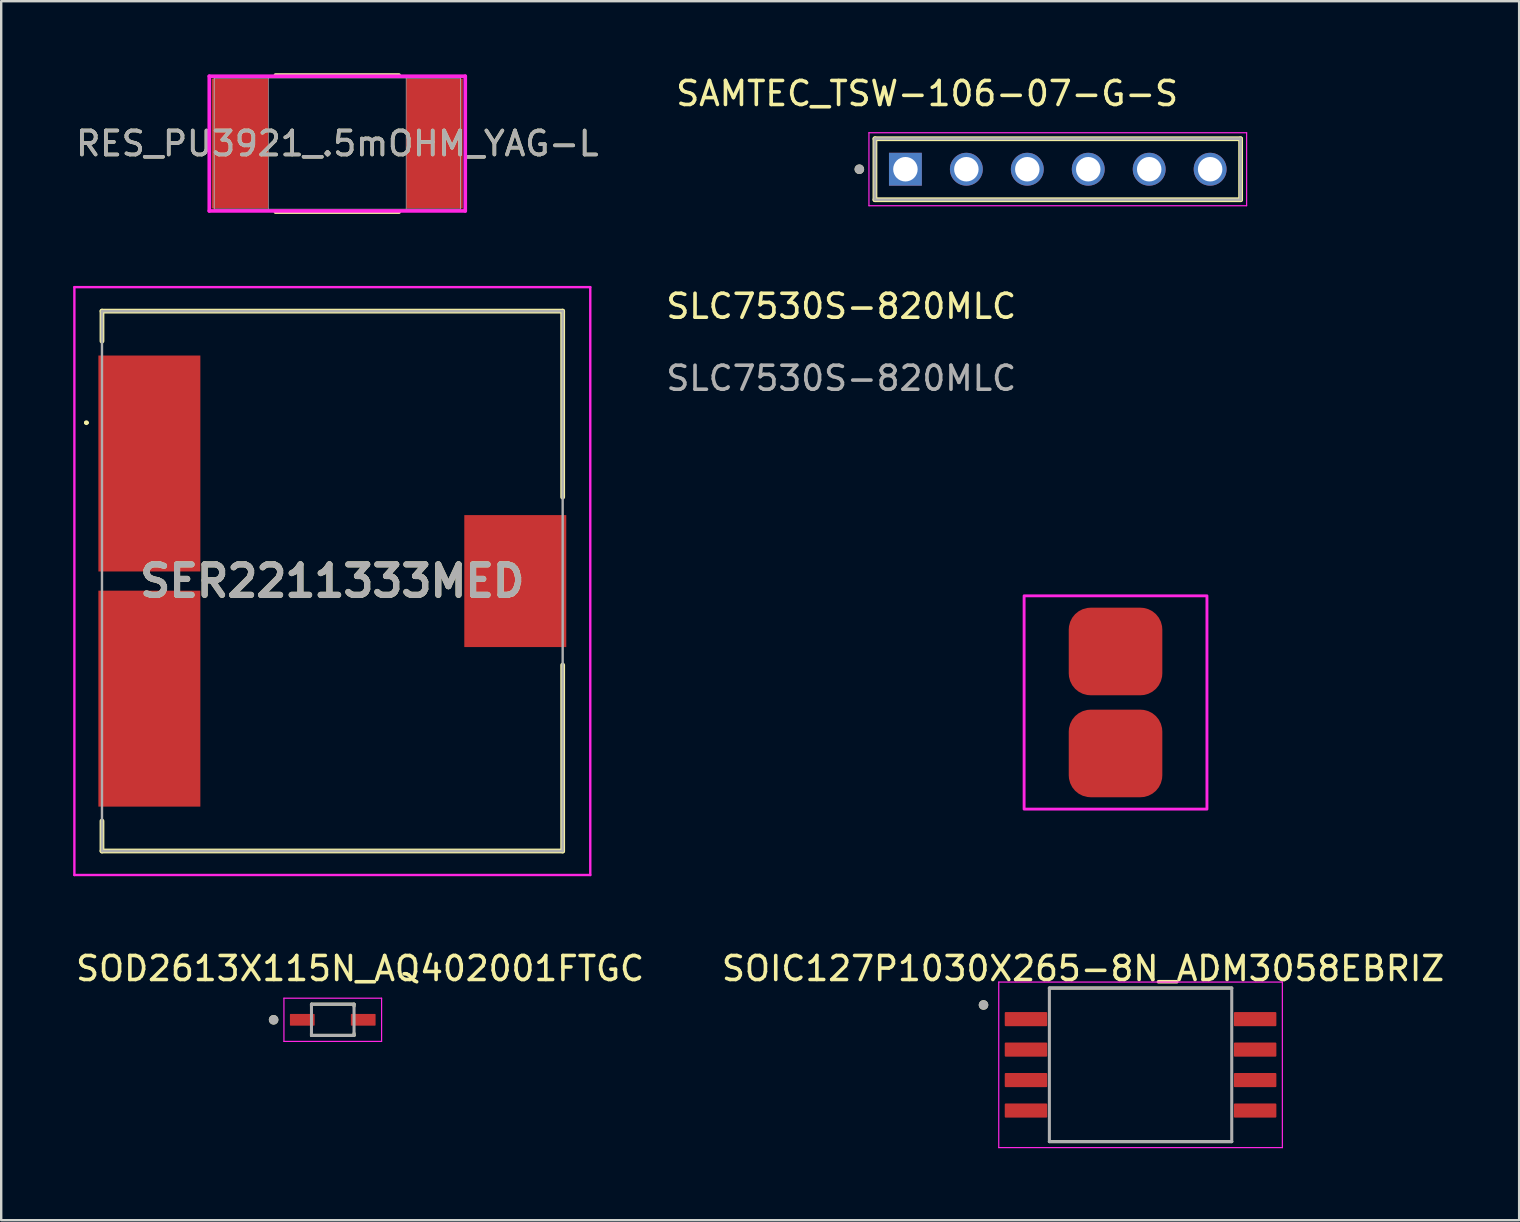
<source format=kicad_pcb>
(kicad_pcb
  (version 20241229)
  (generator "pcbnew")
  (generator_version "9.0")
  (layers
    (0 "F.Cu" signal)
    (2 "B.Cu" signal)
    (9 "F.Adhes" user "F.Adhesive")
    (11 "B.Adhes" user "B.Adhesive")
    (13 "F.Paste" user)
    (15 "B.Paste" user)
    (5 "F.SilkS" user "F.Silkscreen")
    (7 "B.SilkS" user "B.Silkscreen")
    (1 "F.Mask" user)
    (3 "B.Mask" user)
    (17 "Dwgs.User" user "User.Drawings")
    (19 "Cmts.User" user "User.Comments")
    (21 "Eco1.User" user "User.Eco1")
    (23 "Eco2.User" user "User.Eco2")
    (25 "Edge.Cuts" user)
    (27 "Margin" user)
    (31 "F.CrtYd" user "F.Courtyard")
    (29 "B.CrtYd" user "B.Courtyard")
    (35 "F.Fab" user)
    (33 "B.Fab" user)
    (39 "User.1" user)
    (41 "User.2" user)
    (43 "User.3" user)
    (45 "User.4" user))
  (footprint "SAMTEC_TSW-106-07-G-S"
    (layer "F.Cu")
    (at 41.034 4.003)
    (property "Reference" "SAMTEC_TSW-106-07-G-S" (at -5.445 -3.155 0) (layer "F.SilkS") (effects (font (size 1 1) (thickness 0.15))))
    (attr through_hole)
    (fp_line (start -7.62 1.27) (end -7.62 -1.27) (stroke (width 0.2) (type solid)) (layer "F.SilkS"))
    (fp_line (start 7.62 -1.27) (end -7.62 -1.27) (stroke (width 0.2) (type solid)) (layer "F.SilkS"))
    (fp_line (start 7.62 -1.27) (end 7.62 1.27) (stroke (width 0.2) (type solid)) (layer "F.SilkS"))
    (fp_line (start 7.62 1.27) (end -7.62 1.27) (stroke (width 0.2) (type solid)) (layer "F.SilkS"))
    (fp_circle (center -8.27 0) (end -8.17 0) (stroke (width 0.2) (type solid)) (fill no) (layer "F.SilkS"))
    (fp_line (start -7.87 -1.52) (end 7.87 -1.52) (stroke (width 0.05) (type solid)) (layer "F.CrtYd"))
    (fp_line (start -7.87 1.52) (end -7.87 -1.52) (stroke (width 0.05) (type solid)) (layer "F.CrtYd"))
    (fp_line (start 7.87 -1.52) (end 7.87 1.52) (stroke (width 0.05) (type solid)) (layer "F.CrtYd"))
    (fp_line (start 7.87 1.52) (end -7.87 1.52) (stroke (width 0.05) (type solid)) (layer "F.CrtYd"))
    (fp_line (start -7.62 -1.27) (end 7.62 -1.27) (stroke (width 0.1) (type solid)) (layer "F.Fab"))
    (fp_line (start -7.62 -1.27) (end 7.62 -1.27) (stroke (width 0.1) (type solid)) (layer "F.Fab"))
    (fp_line (start -7.62 1.27) (end -7.62 -1.27) (stroke (width 0.1) (type solid)) (layer "F.Fab"))
    (fp_line (start -7.62 1.27) (end -7.62 -1.27) (stroke (width 0.1) (type solid)) (layer "F.Fab"))
    (fp_line (start 7.62 -1.27) (end 7.62 1.27) (stroke (width 0.1) (type solid)) (layer "F.Fab"))
    (fp_line (start 7.62 -1.27) (end 7.62 1.27) (stroke (width 0.1) (type solid)) (layer "F.Fab"))
    (fp_line (start 7.62 1.27) (end -7.62 1.27) (stroke (width 0.1) (type solid)) (layer "F.Fab"))
    (fp_circle (center -8.27 0) (end -8.17 0) (stroke (width 0.2) (type solid)) (fill no) (layer "F.Fab"))
    (pad "1" thru_hole rect (at -6.35 0) (size 1.37 1.37) (drill 1.02) (layers "*.Cu" "*.Mask"))
    (pad "2" thru_hole circle (at -3.81 0) (size 1.37 1.37) (drill 1.02) (layers "*.Cu" "*.Mask"))
    (pad "3" thru_hole circle (at -1.27 0) (size 1.37 1.37) (drill 1.02) (layers "*.Cu" "*.Mask"))
    (pad "4" thru_hole circle (at 1.27 0) (size 1.37 1.37) (drill 1.02) (layers "*.Cu" "*.Mask"))
    (pad "5" thru_hole circle (at 3.81 0) (size 1.37 1.37) (drill 1.02) (layers "*.Cu" "*.Mask"))
    (pad "6" thru_hole circle (at 6.35 0) (size 1.37 1.37) (drill 1.02) (layers "*.Cu" "*.Mask")))
  (footprint "SLC7530S-820MLC"
    (layer "F.Cu")
    (at 43.441 26.226)
    (property "Reference" "SLC7530S-820MLC" (at -11.43 -16.51 0) (unlocked yes) (layer "F.SilkS") (effects (font (size 1 1) (thickness 0.15))))
    (attr smd)
    (fp_rect (start -3.81 -4.445) (end 3.81 4.445) (stroke (width 0.12) (type default)) (fill no) (layer "F.CrtYd"))
    (fp_text user "${REFERENCE}" (at -11.43 -13.51 0) (unlocked yes) (layer "F.Fab") (effects (font (size 1 1) (thickness 0.15))))
    (pad "1" smd roundrect (at 0 -2.125) (size 3.9 3.65) (layers "F.Cu" "F.Mask" "F.Paste") (roundrect_rratio 0.25))
    (pad "2" smd roundrect (at 0 2.125) (size 3.9 3.65) (layers "F.Cu" "F.Mask" "F.Paste") (roundrect_rratio 0.25)))
  (footprint "SOD2613X115N_AQ402001FTGC"
    (layer "F.Cu")
    (at 10.818 39.451)
    (property "Reference" "SOD2613X115N_AQ402001FTGC" (at 1.14 -2.135 0) (layer "F.SilkS") (effects (font (size 1 1) (thickness 0.15))))
    (attr smd)
    (fp_line (start -0.887 -0.65) (end -0.887 -0.565) (stroke (width 0.127) (type solid)) (layer "F.SilkS"))
    (fp_line (start -0.887 0.65) (end -0.887 0.565) (stroke (width 0.127) (type solid)) (layer "F.SilkS"))
    (fp_line (start -0.887 0.65) (end 0.887 0.65) (stroke (width 0.127) (type solid)) (layer "F.SilkS"))
    (fp_line (start 0.887 -0.65) (end -0.887 -0.65) (stroke (width 0.127) (type solid)) (layer "F.SilkS"))
    (fp_line (start 0.887 -0.565) (end 0.887 -0.65) (stroke (width 0.127) (type solid)) (layer "F.SilkS"))
    (fp_line (start 0.887 0.65) (end 0.887 0.565) (stroke (width 0.127) (type solid)) (layer "F.SilkS"))
    (fp_circle (center -2.465 0) (end -2.365 0) (stroke (width 0.2) (type solid)) (fill no) (layer "F.SilkS"))
    (fp_line (start -2.035 -0.9) (end -2.035 0.9) (stroke (width 0.05) (type solid)) (layer "F.CrtYd"))
    (fp_line (start -2.035 0.9) (end 2.035 0.9) (stroke (width 0.05) (type solid)) (layer "F.CrtYd"))
    (fp_line (start 2.035 -0.9) (end -2.035 -0.9) (stroke (width 0.05) (type solid)) (layer "F.CrtYd"))
    (fp_line (start 2.035 0.9) (end 2.035 -0.9) (stroke (width 0.05) (type solid)) (layer "F.CrtYd"))
    (fp_line (start -0.887 -0.65) (end -0.887 0.65) (stroke (width 0.127) (type solid)) (layer "F.Fab"))
    (fp_line (start -0.887 0.65) (end 0.887 0.65) (stroke (width 0.127) (type solid)) (layer "F.Fab"))
    (fp_line (start 0.887 -0.65) (end -0.887 -0.65) (stroke (width 0.127) (type solid)) (layer "F.Fab"))
    (fp_line (start 0.887 0.65) (end 0.887 -0.65) (stroke (width 0.127) (type solid)) (layer "F.Fab"))
    (fp_circle (center -2.465 0) (end -2.365 0) (stroke (width 0.2) (type solid)) (fill no) (layer "F.Fab"))
    (pad "1" smd roundrect (at -1.27 0) (size 1.03 0.49) (layers "F.Cu" "F.Mask" "F.Paste") (roundrect_rratio 0.06))
    (pad "2" smd roundrect (at 1.27 0) (size 1.03 0.49) (layers "F.Cu" "F.Mask" "F.Paste") (roundrect_rratio 0.06)))
  (footprint "RES_PU3921_.5mOHM_YAG-L"
    (layer "F.Cu")
    (at 11.006 2.934)
    (property "Reference" "RES_PU3921_.5mOHM_YAG-L" (at 0 0 0) (unlocked yes) (layer "F.SilkS") (effects (font (size 1 1) (thickness 0.15))))
    (attr smd)
    (fp_line (start -2.574 2.857) (end 2.574 2.857) (stroke (width 0.152) (type solid)) (layer "F.SilkS"))
    (fp_line (start 2.574 -2.857) (end -2.574 -2.857) (stroke (width 0.152) (type solid)) (layer "F.SilkS"))
    (fp_line (start -5.334 -2.807) (end 5.334 -2.807) (stroke (width 0.152) (type solid)) (layer "F.CrtYd"))
    (fp_line (start -5.334 2.807) (end -5.334 -2.807) (stroke (width 0.152) (type solid)) (layer "F.CrtYd"))
    (fp_line (start 5.334 -2.807) (end 5.334 2.807) (stroke (width 0.152) (type solid)) (layer "F.CrtYd"))
    (fp_line (start 5.334 2.807) (end -5.334 2.807) (stroke (width 0.152) (type solid)) (layer "F.CrtYd"))
    (fp_line (start -5.131 -2.731) (end -5.131 2.731) (stroke (width 0.025) (type solid)) (layer "F.Fab"))
    (fp_line (start -5.131 -2.731) (end -5.131 2.731) (stroke (width 0.025) (type solid)) (layer "F.Fab"))
    (fp_line (start -5.131 2.731) (end -2.87 2.731) (stroke (width 0.025) (type solid)) (layer "F.Fab"))
    (fp_line (start -5.131 2.731) (end 5.131 2.731) (stroke (width 0.025) (type solid)) (layer "F.Fab"))
    (fp_line (start -2.87 -2.731) (end -5.131 -2.731) (stroke (width 0.025) (type solid)) (layer "F.Fab"))
    (fp_line (start -2.87 2.731) (end -2.87 -2.731) (stroke (width 0.025) (type solid)) (layer "F.Fab"))
    (fp_line (start 2.87 -2.731) (end 2.87 2.731) (stroke (width 0.025) (type solid)) (layer "F.Fab"))
    (fp_line (start 2.87 2.731) (end 5.131 2.731) (stroke (width 0.025) (type solid)) (layer "F.Fab"))
    (fp_line (start 5.131 -2.731) (end -5.131 -2.731) (stroke (width 0.025) (type solid)) (layer "F.Fab"))
    (fp_line (start 5.131 -2.731) (end 2.87 -2.731) (stroke (width 0.025) (type solid)) (layer "F.Fab"))
    (fp_line (start 5.131 2.731) (end 5.131 -2.731) (stroke (width 0.025) (type solid)) (layer "F.Fab"))
    (fp_line (start 5.131 2.731) (end 5.131 -2.731) (stroke (width 0.025) (type solid)) (layer "F.Fab"))
    (fp_text user "${REFERENCE}" (at 0 0 0) (unlocked yes) (layer "F.Fab") (effects (font (size 1 1) (thickness 0.15))))
    (pad "1" smd rect (at -4.051 0) (size 2.362 5.41) (layers "F.Cu" "F.Mask" "F.Paste"))
    (pad "2" smd rect (at 4.051 0) (size 2.362 5.41) (layers "F.Cu" "F.Mask" "F.Paste")))
  (footprint "SOIC127P1030X265-8N_ADM3058EBRIZ"
    (layer "F.Cu")
    (at 44.484 41.328)
    (property "Reference" "SOIC127P1030X265-8N_ADM3058EBRIZ" (at -2.395 -4.012 0) (layer "F.SilkS") (effects (font (size 1 1) (thickness 0.15))))
    (attr smd)
    (fp_line (start -3.8 -3.2) (end 3.8 -3.2) (stroke (width 0.127) (type solid)) (layer "F.SilkS"))
    (fp_line (start -3.8 3.2) (end 3.8 3.2) (stroke (width 0.127) (type solid)) (layer "F.SilkS"))
    (fp_circle (center -6.545 -2.495) (end -6.445 -2.495) (stroke (width 0.2) (type solid)) (fill no) (layer "F.SilkS"))
    (fp_line (start -5.91 -3.45) (end -5.91 3.45) (stroke (width 0.05) (type solid)) (layer "F.CrtYd"))
    (fp_line (start -5.91 -3.45) (end 5.91 -3.45) (stroke (width 0.05) (type solid)) (layer "F.CrtYd"))
    (fp_line (start -5.91 3.45) (end 5.91 3.45) (stroke (width 0.05) (type solid)) (layer "F.CrtYd"))
    (fp_line (start 5.91 -3.45) (end 5.91 3.45) (stroke (width 0.05) (type solid)) (layer "F.CrtYd"))
    (fp_line (start -3.8 -3.2) (end -3.8 3.2) (stroke (width 0.127) (type solid)) (layer "F.Fab"))
    (fp_line (start -3.8 -3.2) (end 3.8 -3.2) (stroke (width 0.127) (type solid)) (layer "F.Fab"))
    (fp_line (start -3.8 3.2) (end 3.8 3.2) (stroke (width 0.127) (type solid)) (layer "F.Fab"))
    (fp_line (start 3.8 -3.2) (end 3.8 3.2) (stroke (width 0.127) (type solid)) (layer "F.Fab"))
    (fp_circle (center -6.545 -2.495) (end -6.445 -2.495) (stroke (width 0.2) (type solid)) (fill no) (layer "F.Fab"))
    (pad "1" smd roundrect (at -4.775 -1.905) (size 1.77 0.59) (layers "F.Cu" "F.Mask" "F.Paste") (roundrect_rratio 0.07))
    (pad "2" smd roundrect (at -4.775 -0.635) (size 1.77 0.59) (layers "F.Cu" "F.Mask" "F.Paste") (roundrect_rratio 0.07))
    (pad "3" smd roundrect (at -4.775 0.635) (size 1.77 0.59) (layers "F.Cu" "F.Mask" "F.Paste") (roundrect_rratio 0.07))
    (pad "4" smd roundrect (at -4.775 1.905) (size 1.77 0.59) (layers "F.Cu" "F.Mask" "F.Paste") (roundrect_rratio 0.07))
    (pad "5" smd roundrect (at 4.775 1.905) (size 1.77 0.59) (layers "F.Cu" "F.Mask" "F.Paste") (roundrect_rratio 0.07))
    (pad "6" smd roundrect (at 4.775 0.635) (size 1.77 0.59) (layers "F.Cu" "F.Mask" "F.Paste") (roundrect_rratio 0.07))
    (pad "7" smd roundrect (at 4.775 -0.635) (size 1.77 0.59) (layers "F.Cu" "F.Mask" "F.Paste") (roundrect_rratio 0.07))
    (pad "8" smd roundrect (at 4.775 -1.905) (size 1.77 0.59) (layers "F.Cu" "F.Mask" "F.Paste") (roundrect_rratio 0.07)))
  (footprint "SER2211333MED"
    (layer "F.Cu")
    (at 10.8 21.167)
    (property "Reference" "SER2211333MED" (at 0 0 0) (layer "F.SilkS") (effects (font (size 1.27 1.27) (thickness 0.254))))
    (attr smd)
    (fp_line (start -10.3 -6.6) (end -10.3 -6.6) (stroke (width 0.1) (type solid)) (layer "F.SilkS"))
    (fp_line (start -10.2 -6.6) (end -10.2 -6.6) (stroke (width 0.1) (type solid)) (layer "F.SilkS"))
    (fp_line (start -9.6 -11.25) (end 9.6 -11.25) (stroke (width 0.2) (type solid)) (layer "F.SilkS"))
    (fp_line (start -9.6 -10) (end -9.6 -11.25) (stroke (width 0.2) (type solid)) (layer "F.SilkS"))
    (fp_line (start -9.6 10) (end -9.6 11.25) (stroke (width 0.2) (type solid)) (layer "F.SilkS"))
    (fp_line (start -9.6 11.25) (end 9.6 11.25) (stroke (width 0.2) (type solid)) (layer "F.SilkS"))
    (fp_line (start 9.6 -11.25) (end 9.6 -3.5) (stroke (width 0.2) (type solid)) (layer "F.SilkS"))
    (fp_line (start 9.6 11.25) (end 9.6 3.5) (stroke (width 0.2) (type solid)) (layer "F.SilkS"))
    (fp_arc (start -10.3 -6.6) (mid -10.25 -6.65) (end -10.2 -6.6) (stroke (width 0.1) (type solid)) (layer "F.SilkS"))
    (fp_arc (start -10.2 -6.6) (mid -10.25 -6.55) (end -10.3 -6.6) (stroke (width 0.1) (type solid)) (layer "F.SilkS"))
    (fp_line (start -10.75 -12.25) (end 10.75 -12.25) (stroke (width 0.1) (type solid)) (layer "F.CrtYd"))
    (fp_line (start -10.75 12.25) (end -10.75 -12.25) (stroke (width 0.1) (type solid)) (layer "F.CrtYd"))
    (fp_line (start 10.75 -12.25) (end 10.75 12.25) (stroke (width 0.1) (type solid)) (layer "F.CrtYd"))
    (fp_line (start 10.75 12.25) (end -10.75 12.25) (stroke (width 0.1) (type solid)) (layer "F.CrtYd"))
    (fp_line (start -9.6 -11.25) (end 9.6 -11.25) (stroke (width 0.1) (type solid)) (layer "F.Fab"))
    (fp_line (start -9.6 11.25) (end -9.6 -11.25) (stroke (width 0.1) (type solid)) (layer "F.Fab"))
    (fp_line (start 9.6 -11.25) (end 9.6 11.25) (stroke (width 0.1) (type solid)) (layer "F.Fab"))
    (fp_line (start 9.6 11.25) (end -9.6 11.25) (stroke (width 0.1) (type solid)) (layer "F.Fab"))
    (fp_text user "${REFERENCE}" (at 0 0 0) (layer "F.Fab") (effects (font (size 1.27 1.27) (thickness 0.254))))
    (pad "" smd rect (at 7.625 0) (size 4.25 5.5) (layers "F.Cu" "F.Mask" "F.Paste"))
    (pad "1" smd rect (at -7.625 -4.9) (size 4.25 9) (layers "F.Cu" "F.Mask" "F.Paste"))
    (pad "2" smd rect (at -7.625 4.9) (size 4.25 9) (layers "F.Cu" "F.Mask" "F.Paste")))
  (gr_rect
    (start -3 -3)
    (end 60.262 47.803)
    (stroke (width 0.1) (type default))
    (fill no)
    (layer "Edge.Cuts")))
</source>
